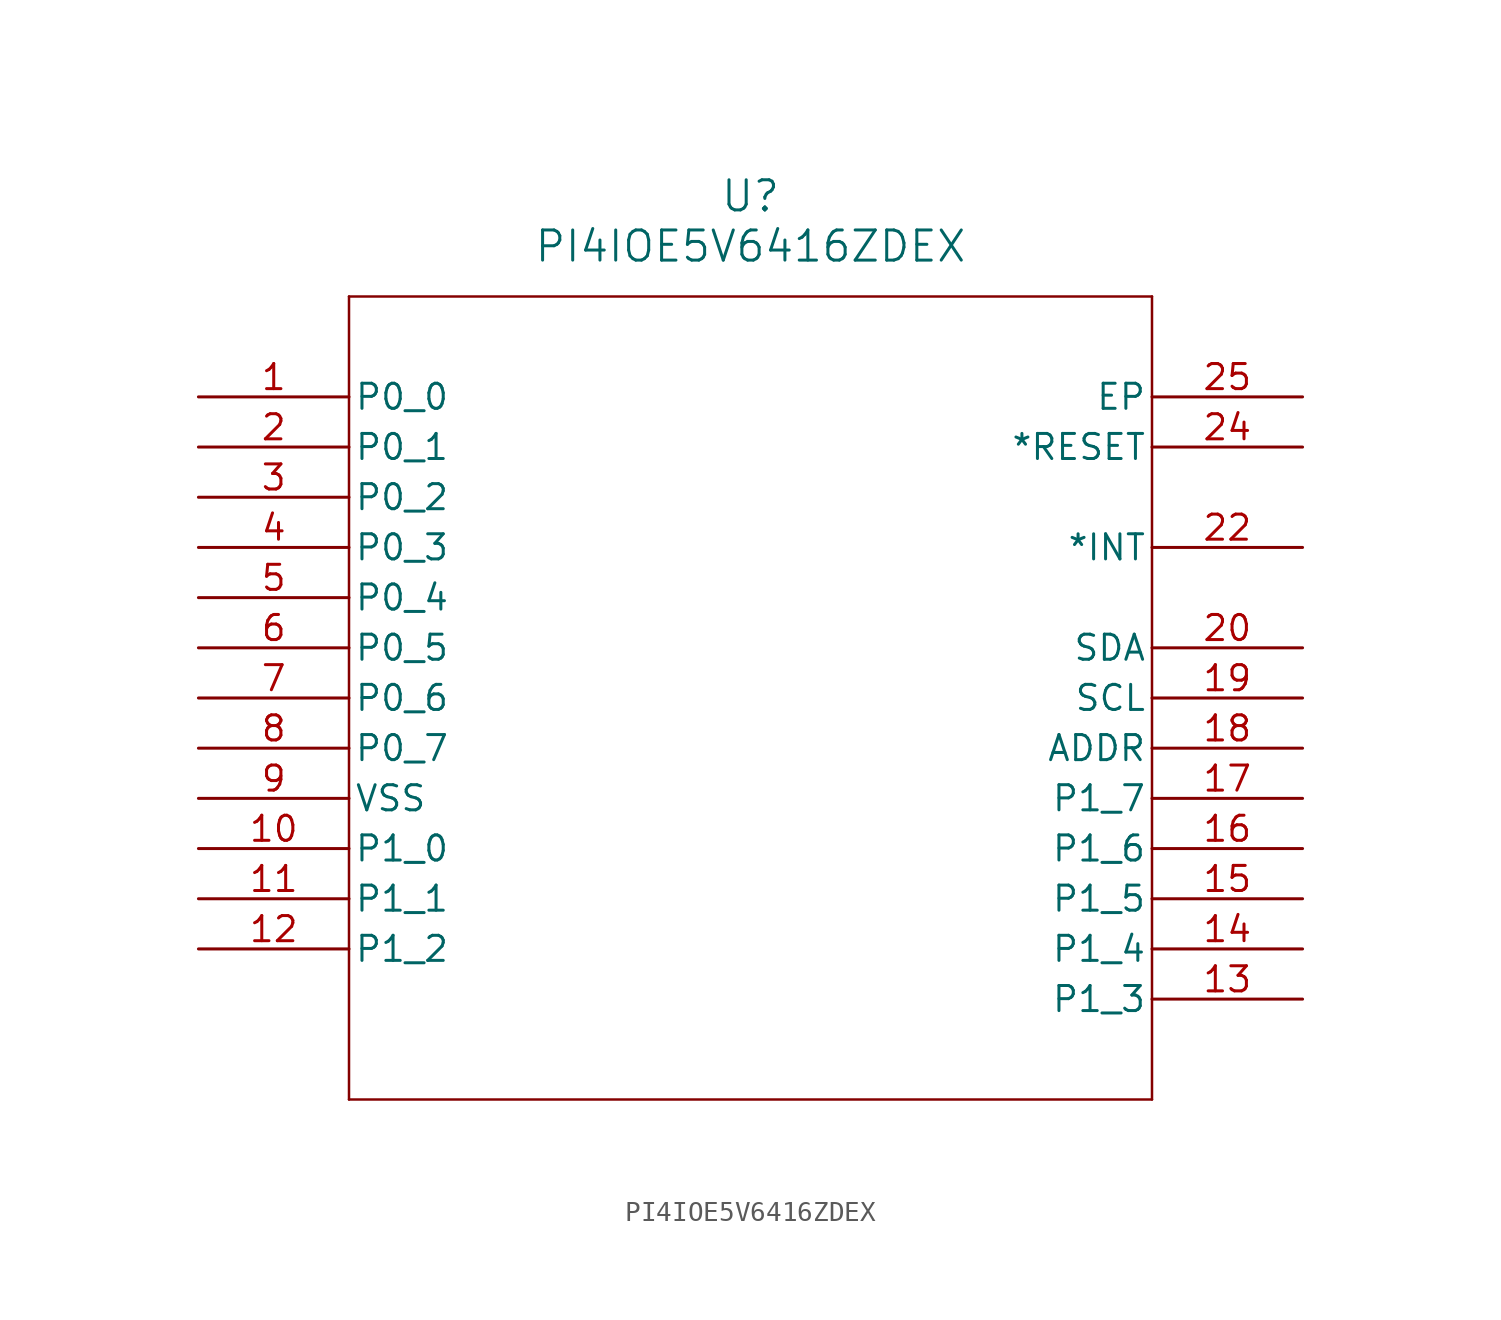
<source format=kicad_sym>
(kicad_symbol_lib
  (version 20211014)
  (generator kicad_symbol_editor)
  (symbol "PI4IOE5V6416ZDEX"
    (pin_names
      (offset 0.254))
    (property "Reference" "U"
      (at 27.94 10.16 0)
      (effects (font (size 1.524 1.524))))
    (property "Value" "PI4IOE5V6416ZDEX"
      (at 27.94 7.62 0)
      (effects (font (size 1.524 1.524))))
    (symbol "PI4IOE5V6416ZDEX_0_1"
      (polyline (pts (xy 7.62 5.08) (xy 7.62 -35.56)) (stroke (width .127) (type default) (color 0 0 0 0)) (fill (type none)))
      (polyline (pts (xy 7.62 -35.56) (xy 48.26 -35.56)) (stroke (width .127) (type default) (color 0 0 0 0)) (fill (type none)))
      (polyline (pts (xy 48.26 -35.56) (xy 48.26 5.08)) (stroke (width .127) (type default) (color 0 0 0 0)) (fill (type none)))
      (polyline (pts (xy 48.26 5.08) (xy 7.62 5.08)) (stroke (width .127) (type default) (color 0 0 0 0)) (fill (type none)))
      (pin unspecified line (at 0 0 0) (length 7.62) (name "P0_0" (effects (font (size 1.27 1.27)))) (number "1" (effects (font (size 1.27 1.27)))))
      (pin unspecified line (at 0 -2.54 0) (length 7.62) (name "P0_1" (effects (font (size 1.27 1.27)))) (number "2" (effects (font (size 1.27 1.27)))))
      (pin unspecified line (at 0 -5.08 0) (length 7.62) (name "P0_2" (effects (font (size 1.27 1.27)))) (number "3" (effects (font (size 1.27 1.27)))))
      (pin unspecified line (at 0 -7.62 0) (length 7.62) (name "P0_3" (effects (font (size 1.27 1.27)))) (number "4" (effects (font (size 1.27 1.27)))))
      (pin unspecified line (at 0 -10.16 0) (length 7.62) (name "P0_4" (effects (font (size 1.27 1.27)))) (number "5" (effects (font (size 1.27 1.27)))))
      (pin unspecified line (at 0 -12.7 0) (length 7.62) (name "P0_5" (effects (font (size 1.27 1.27)))) (number "6" (effects (font (size 1.27 1.27)))))
      (pin unspecified line (at 0 -15.24 0) (length 7.62) (name "P0_6" (effects (font (size 1.27 1.27)))) (number "7" (effects (font (size 1.27 1.27)))))
      (pin unspecified line (at 0 -17.78 0) (length 7.62) (name "P0_7" (effects (font (size 1.27 1.27)))) (number "8" (effects (font (size 1.27 1.27)))))
      (pin unspecified line (at 0 -20.32 0) (length 7.62) (name "VSS" (effects (font (size 1.27 1.27)))) (number "9" (effects (font (size 1.27 1.27)))))
      (pin unspecified line (at 0 -22.86 0) (length 7.62) (name "P1_0" (effects (font (size 1.27 1.27)))) (number "10" (effects (font (size 1.27 1.27)))))
      (pin unspecified line (at 0 -25.4 0) (length 7.62) (name "P1_1" (effects (font (size 1.27 1.27)))) (number "11" (effects (font (size 1.27 1.27)))))
      (pin unspecified line (at 0 -27.94 0) (length 7.62) (name "P1_2" (effects (font (size 1.27 1.27)))) (number "12" (effects (font (size 1.27 1.27)))))
      (pin unspecified line (at 55.88 -30.48 180) (length 7.62) (name "P1_3" (effects (font (size 1.27 1.27)))) (number "13" (effects (font (size 1.27 1.27)))))
      (pin unspecified line (at 55.88 -27.94 180) (length 7.62) (name "P1_4" (effects (font (size 1.27 1.27)))) (number "14" (effects (font (size 1.27 1.27)))))
      (pin unspecified line (at 55.88 -25.4 180) (length 7.62) (name "P1_5" (effects (font (size 1.27 1.27)))) (number "15" (effects (font (size 1.27 1.27)))))
      (pin unspecified line (at 55.88 -22.86 180) (length 7.62) (name "P1_6" (effects (font (size 1.27 1.27)))) (number "16" (effects (font (size 1.27 1.27)))))
      (pin unspecified line (at 55.88 -20.32 180) (length 7.62) (name "P1_7" (effects (font (size 1.27 1.27)))) (number "17" (effects (font (size 1.27 1.27)))))
      (pin unspecified line (at 55.88 -17.78 180) (length 7.62) (name "ADDR" (effects (font (size 1.27 1.27)))) (number "18" (effects (font (size 1.27 1.27)))))
      (pin unspecified line (at 55.88 -15.24 180) (length 7.62) (name "SCL" (effects (font (size 1.27 1.27)))) (number "19" (effects (font (size 1.27 1.27)))))
      (pin unspecified line (at 55.88 -12.7 180) (length 7.62) (name "SDA" (effects (font (size 1.27 1.27)))) (number "20" (effects (font (size 1.27 1.27)))))
      (pin unspecified line (at 55.88 -7.62 180) (length 7.62) (name "*INT" (effects (font (size 1.27 1.27)))) (number "22" (effects (font (size 1.27 1.27)))))
      (pin unspecified line (at 55.88 -2.54 180) (length 7.62) (name "*RESET" (effects (font (size 1.27 1.27)))) (number "24" (effects (font (size 1.27 1.27)))))
      (pin unspecified line (at 55.88 0 180) (length 7.62) (name "EP" (effects (font (size 1.27 1.27)))) (number "25" (effects (font (size 1.27 1.27))))))))
</source>
